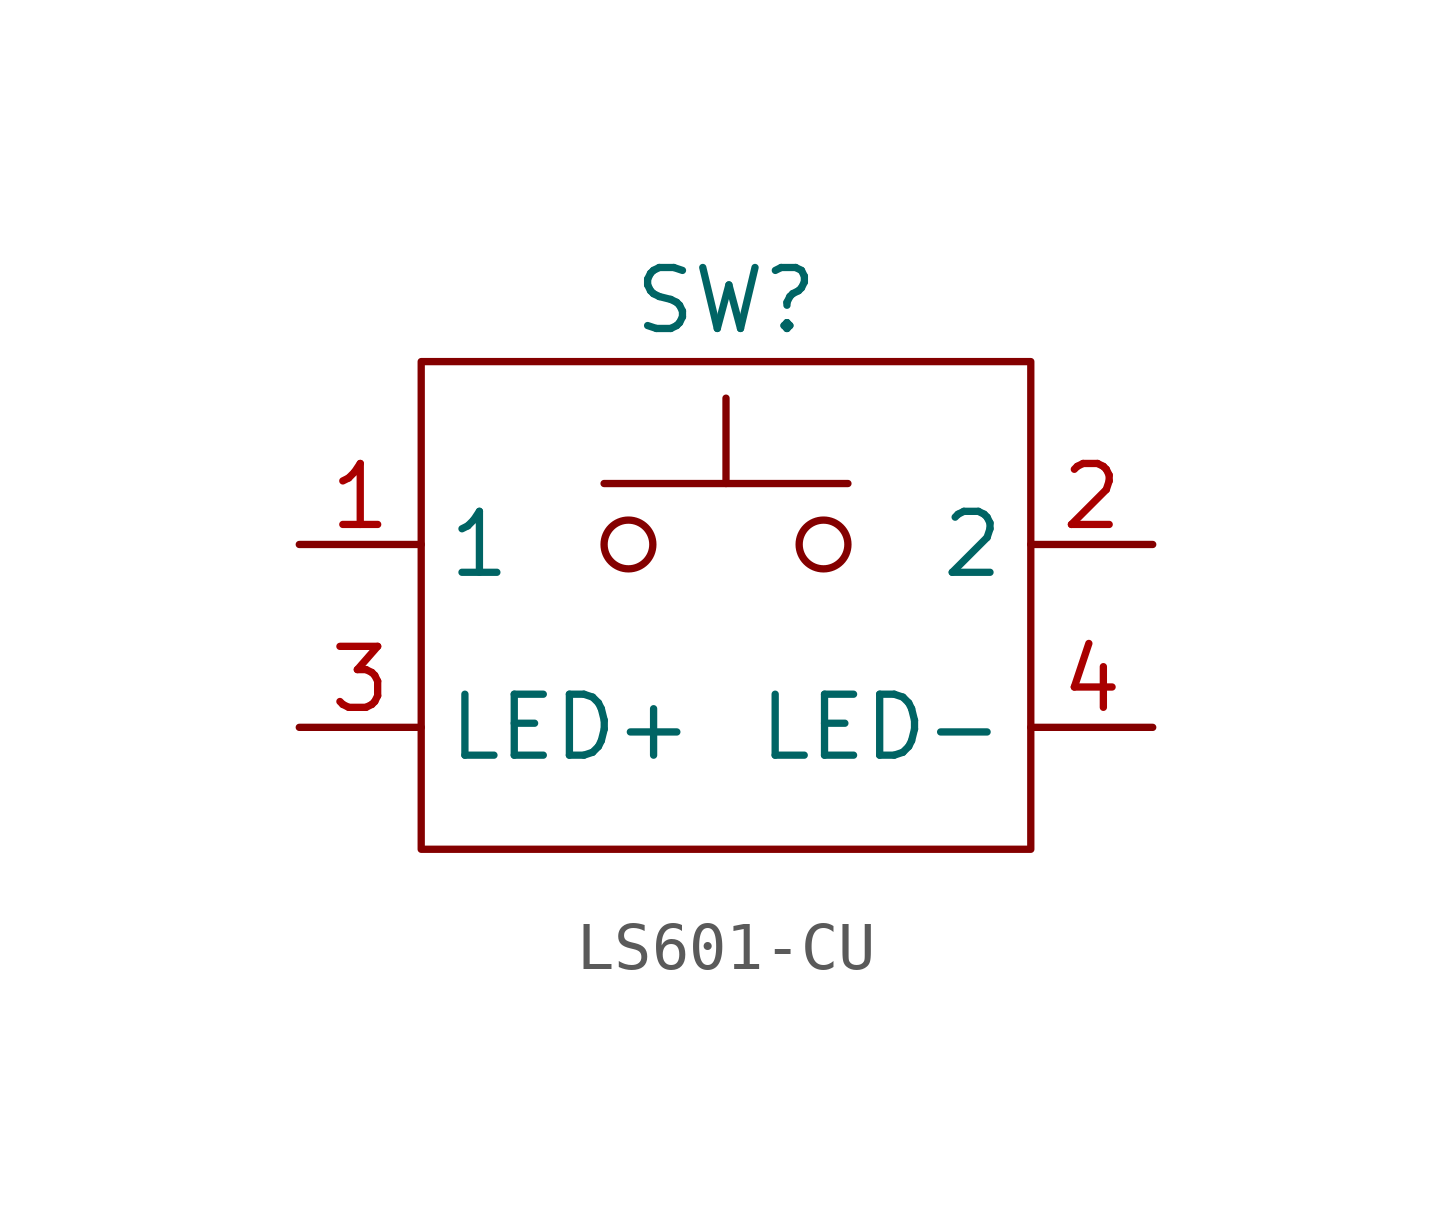
<source format=kicad_sym>
(kicad_symbol_lib
  (version 20220914)
  (generator kicad_symbol_editor)
  (symbol "LS601-CU"
    (property "Reference" "SW"
      (at 0 5.08 0)
      (effects (font (size 1.27 1.27))))
    (property "Value" ""
      (at 0 0 0)
      (effects (font (size 1.27 1.27))))
    (symbol "LS601-CU_0_1"
      (circle (center -2.032 0) (radius 0.508) (stroke (width 0) (type default)) (fill (type none)))
      (polyline (pts (xy 0 1.27) (xy 0 3.048)) (stroke (width 0) (type default)) (fill (type none)))
      (polyline (pts (xy 2.54 1.27) (xy -2.54 1.27)) (stroke (width 0) (type default)) (fill (type none)))
      (circle (center 2.032 0) (radius 0.508) (stroke (width 0) (type default)) (fill (type none)))
      (rectangle (start 6.35 3.81) (end -6.35 -6.35) (stroke (width 0) (type default)) (fill (type none)))
      (pin passive line (at -8.89 0 0) (length 2.54) (name "1" (effects (font (size 1.27 1.27)))) (number "1" (effects (font (size 1.27 1.27)))))
      (pin passive line (at 8.89 0 180) (length 2.54) (name "2" (effects (font (size 1.27 1.27)))) (number "2" (effects (font (size 1.27 1.27))))))
    (symbol "LS601-CU_1_1"
      (pin bidirectional line (at -8.89 -3.81 0) (length 2.54) (name "LED+" (effects (font (size 1.27 1.27)))) (number "3" (effects (font (size 1.27 1.27)))))
      (pin bidirectional line (at 8.89 -3.81 180) (length 2.54) (name "LED-" (effects (font (size 1.27 1.27)))) (number "4" (effects (font (size 1.27 1.27))))))))
</source>
